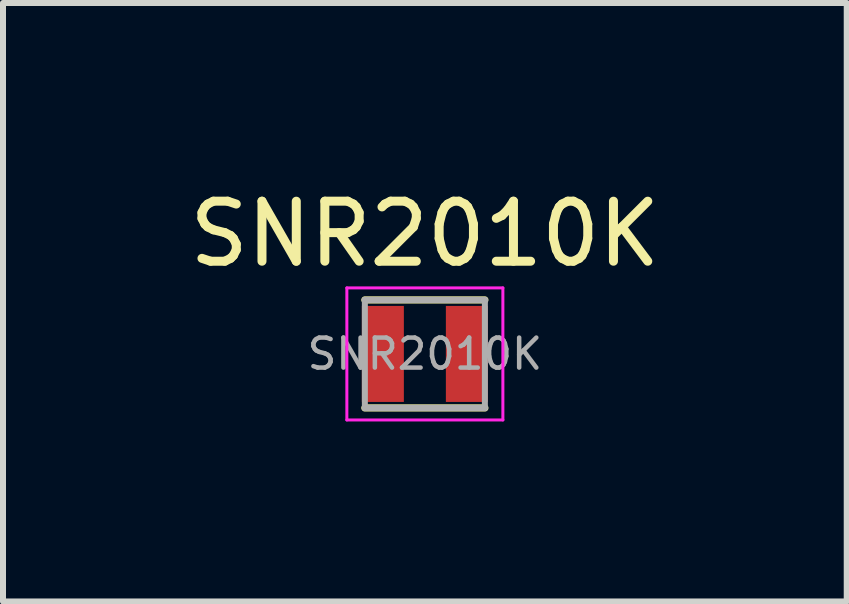
<source format=kicad_pcb>
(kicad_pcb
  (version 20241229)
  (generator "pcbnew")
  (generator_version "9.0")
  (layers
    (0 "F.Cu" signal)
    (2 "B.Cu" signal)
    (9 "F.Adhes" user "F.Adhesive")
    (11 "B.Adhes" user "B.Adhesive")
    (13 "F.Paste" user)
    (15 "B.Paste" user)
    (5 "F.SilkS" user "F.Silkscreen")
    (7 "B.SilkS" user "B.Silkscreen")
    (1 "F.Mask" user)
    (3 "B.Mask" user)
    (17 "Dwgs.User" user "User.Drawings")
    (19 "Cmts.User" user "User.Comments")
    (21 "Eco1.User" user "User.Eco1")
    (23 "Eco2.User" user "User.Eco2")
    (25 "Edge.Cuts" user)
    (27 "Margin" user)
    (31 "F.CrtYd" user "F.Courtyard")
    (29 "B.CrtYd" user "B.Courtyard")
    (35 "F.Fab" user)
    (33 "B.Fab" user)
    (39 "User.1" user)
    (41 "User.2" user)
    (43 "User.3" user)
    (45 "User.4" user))
  (footprint "SNR2010K"
    (layer "F.Cu")
    (at 4.03 2.848)
    (property "Reference" "SNR2010K" (at 0 -2 0) (layer "F.SilkS") (effects (font (size 1 1) (thickness 0.15))))
    (attr smd)
    (fp_line (start -1 -0.9) (end 1 -0.9) (stroke (width 0.12) (type solid)) (layer "F.SilkS"))
    (fp_line (start -1 0.9) (end 1 0.9) (stroke (width 0.12) (type solid)) (layer "F.SilkS"))
    (fp_line (start -1.3 -1.1) (end -1.3 1.1) (stroke (width 0.05) (type solid)) (layer "F.CrtYd"))
    (fp_line (start -1.3 1.1) (end 1.3 1.1) (stroke (width 0.05) (type solid)) (layer "F.CrtYd"))
    (fp_line (start 1.3 -1.1) (end -1.3 -1.1) (stroke (width 0.05) (type solid)) (layer "F.CrtYd"))
    (fp_line (start 1.3 1.1) (end 1.3 -1.1) (stroke (width 0.05) (type solid)) (layer "F.CrtYd"))
    (fp_line (start -1 -0.9) (end -1 0.9) (stroke (width 0.1) (type solid)) (layer "F.Fab"))
    (fp_line (start -1 0.9) (end 1 0.9) (stroke (width 0.1) (type solid)) (layer "F.Fab"))
    (fp_line (start 1 -0.9) (end -1 -0.9) (stroke (width 0.1) (type solid)) (layer "F.Fab"))
    (fp_line (start 1 0.9) (end 1 -0.9) (stroke (width 0.1) (type solid)) (layer "F.Fab"))
    (fp_text user "${REFERENCE}" (at 0 0 0) (layer "F.Fab") (effects (font (size 0.5 0.5) (thickness 0.075))))
    (pad "1" smd rect (at -0.7 0) (size 0.7 1.6) (layers "F.Cu" "F.Mask" "F.Paste"))
    (pad "2" smd rect (at 0.7 0) (size 0.7 1.6) (layers "F.Cu" "F.Mask" "F.Paste")))
  (gr_rect
    (start -3 -3)
    (end 11.06 6.973)
    (stroke (width 0.1) (type default))
    (fill no)
    (layer "Edge.Cuts")))
</source>
